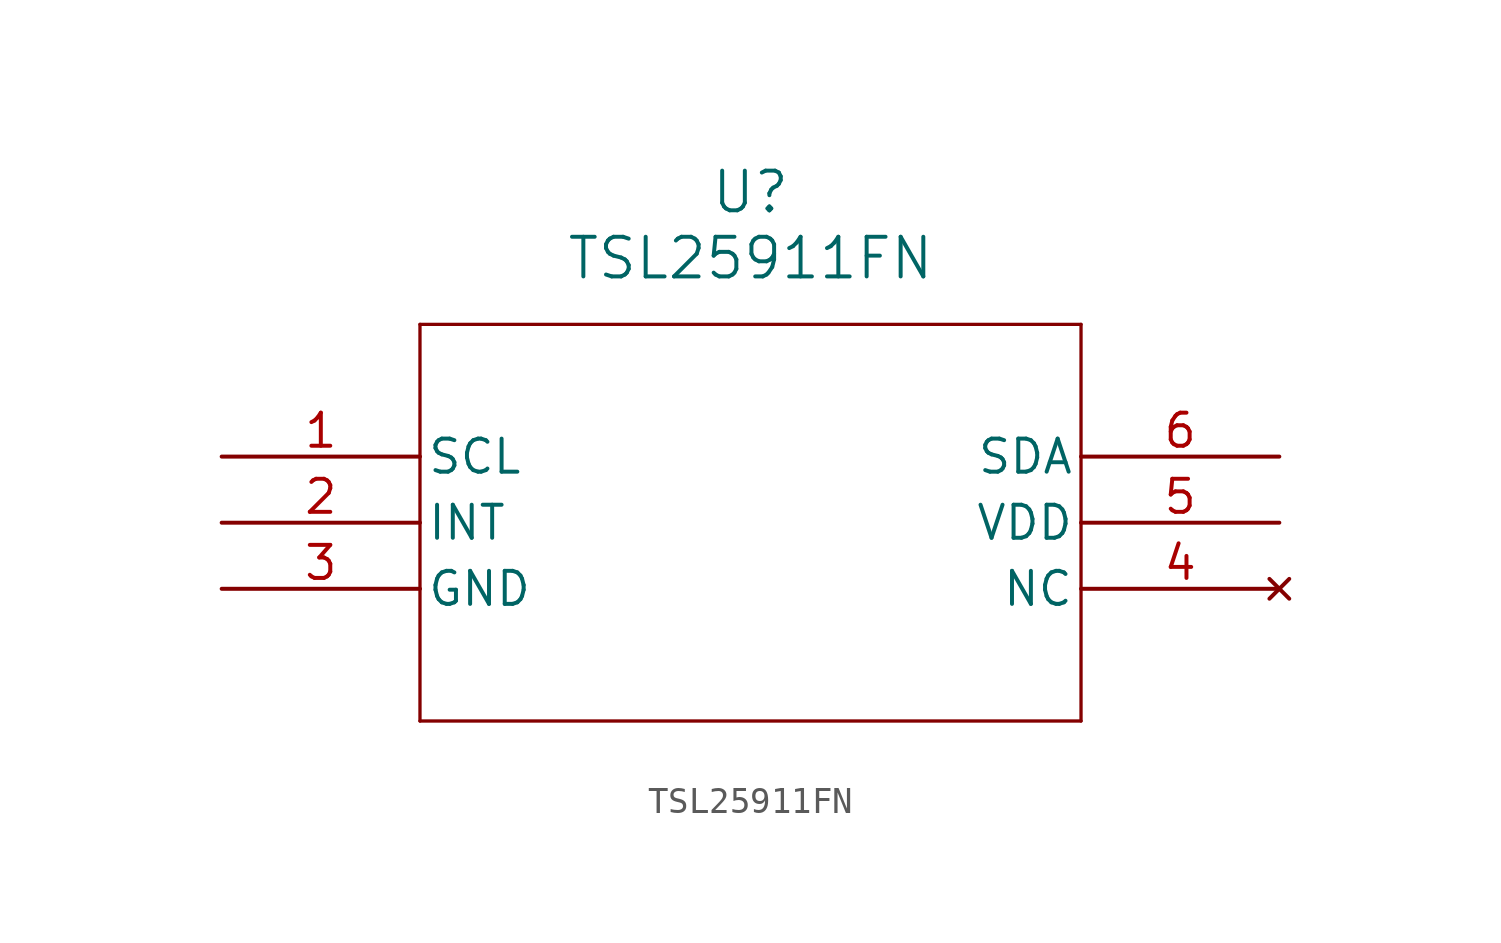
<source format=kicad_sym>
(kicad_symbol_lib
  (version 20211014)
  (generator kicad_symbol_editor)
  (symbol "TSL25911FN"
    (pin_names
      (offset 0.254))
    (property "Reference" "U"
      (at 20.32 10.16 0)
      (effects (font (size 1.524 1.524))))
    (property "Value" "TSL25911FN"
      (at 20.32 7.62 0)
      (effects (font (size 1.524 1.524))))
    (symbol "TSL25911FN_0_1"
      (polyline (pts (xy 7.62 5.08) (xy 7.62 -10.16)) (stroke (width 0.127) (type default) (color 0 0 0 0)) (fill (type none)))
      (polyline (pts (xy 7.62 -10.16) (xy 33.02 -10.16)) (stroke (width 0.127) (type default) (color 0 0 0 0)) (fill (type none)))
      (polyline (pts (xy 33.02 -10.16) (xy 33.02 5.08)) (stroke (width 0.127) (type default) (color 0 0 0 0)) (fill (type none)))
      (polyline (pts (xy 33.02 5.08) (xy 7.62 5.08)) (stroke (width 0.127) (type default) (color 0 0 0 0)) (fill (type none)))
      (pin unspecified line (at 0 0 0) (length 7.62) (name "SCL" (effects (font (size 1.27 1.27)))) (number "1" (effects (font (size 1.27 1.27)))))
      (pin unspecified line (at 0 -2.54 0) (length 7.62) (name "INT" (effects (font (size 1.27 1.27)))) (number "2" (effects (font (size 1.27 1.27)))))
      (pin power_out line (at 0 -5.08 0) (length 7.62) (name "GND" (effects (font (size 1.27 1.27)))) (number "3" (effects (font (size 1.27 1.27)))))
      (pin no_connect line (at 40.64 -5.08 180) (length 7.62) (name "NC" (effects (font (size 1.27 1.27)))) (number "4" (effects (font (size 1.27 1.27)))))
      (pin power_in line (at 40.64 -2.54 180) (length 7.62) (name "VDD" (effects (font (size 1.27 1.27)))) (number "5" (effects (font (size 1.27 1.27)))))
      (pin unspecified line (at 40.64 0 180) (length 7.62) (name "SDA" (effects (font (size 1.27 1.27)))) (number "6" (effects (font (size 1.27 1.27))))))))
</source>
